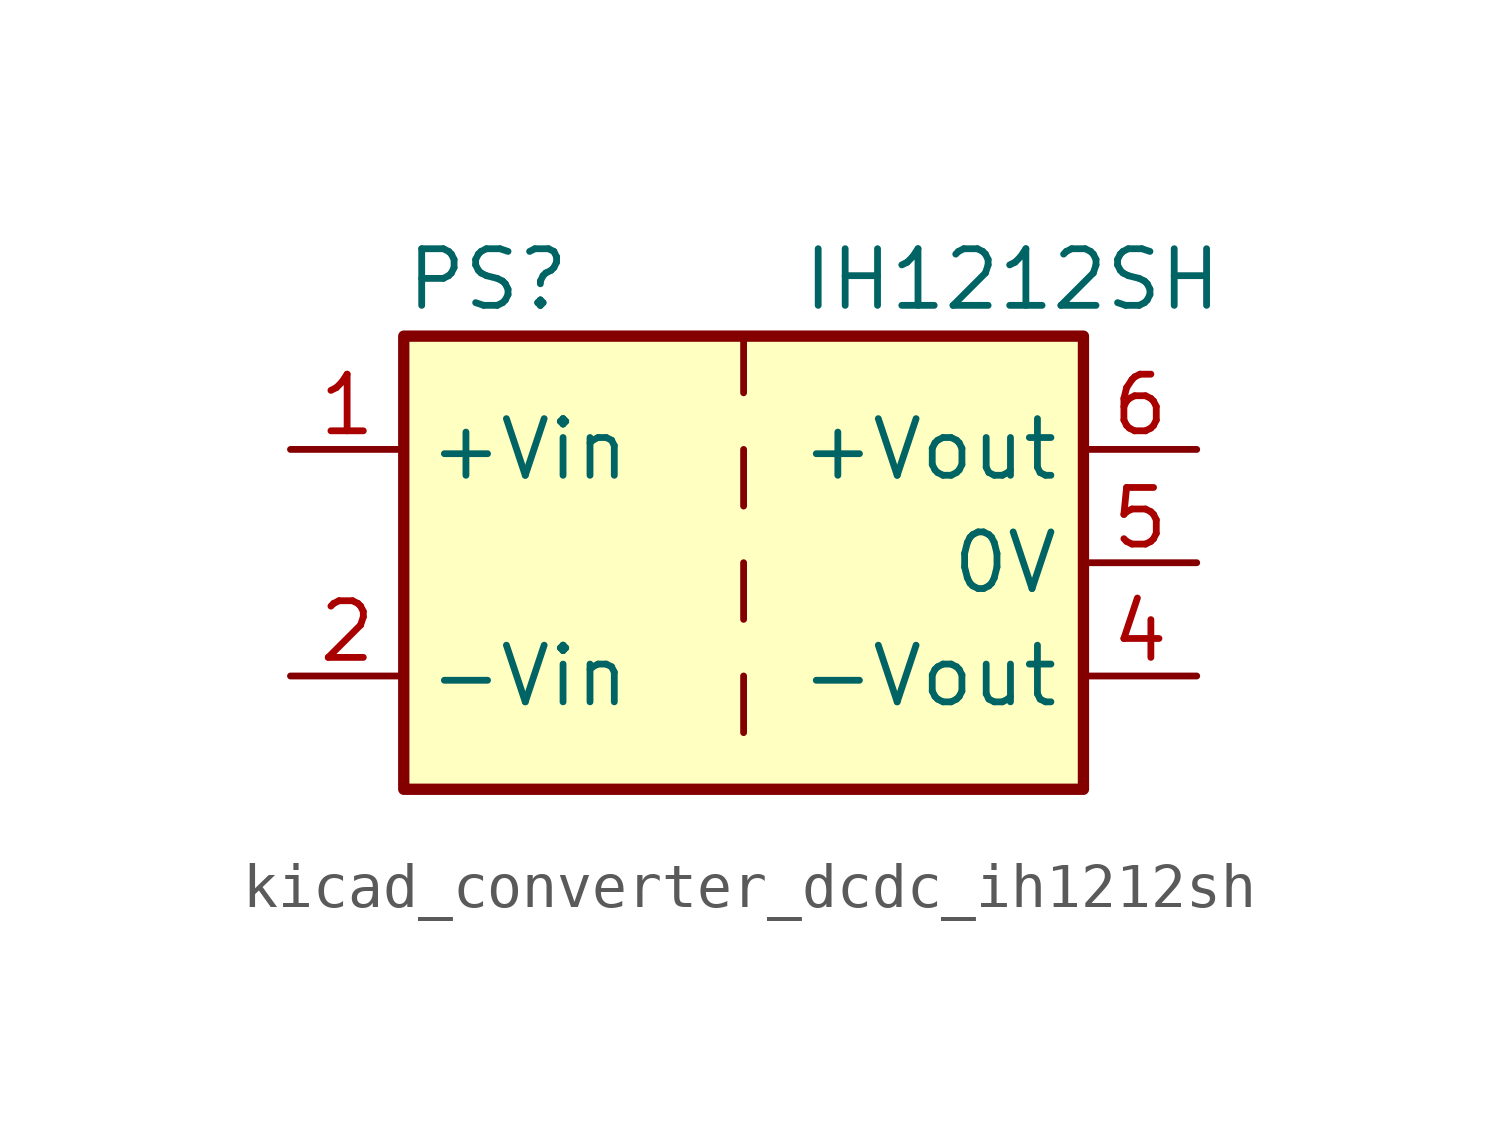
<source format=kicad_sym>
(kicad_symbol_lib
  (version 20220914)
  (generator kicad_symbol_editor)
  (symbol "kicad_converter_dcdc_ih1212sh"
    (property "Reference" "PS"
      (at -7.62 6.35 0)
      (effects (font (size 1.27 1.27)) (justify left)))
    (property "Value" "IH1212SH"
      (at 1.27 6.35 0)
      (effects (font (size 1.27 1.27)) (justify left)))
    (symbol "kicad_converter_dcdc_ih1212sh_0_0"
      (pin power_in line (at -10.16 2.54 0) (length 2.54) (name "+Vin" (effects (font (size 1.27 1.27)))) (number "1" (effects (font (size 1.27 1.27)))))
      (pin power_in line (at -10.16 -2.54 0) (length 2.54) (name "-Vin" (effects (font (size 1.27 1.27)))) (number "2" (effects (font (size 1.27 1.27)))))
      (pin power_out line (at 10.16 -2.54 180) (length 2.54) (name "-Vout" (effects (font (size 1.27 1.27)))) (number "4" (effects (font (size 1.27 1.27)))))
      (pin power_out line (at 10.16 0 180) (length 2.54) (name "0V" (effects (font (size 1.27 1.27)))) (number "5" (effects (font (size 1.27 1.27)))))
      (pin power_out line (at 10.16 2.54 180) (length 2.54) (name "+Vout" (effects (font (size 1.27 1.27)))) (number "6" (effects (font (size 1.27 1.27))))))
    (symbol "kicad_converter_dcdc_ih1212sh_0_1"
      (rectangle (start -7.62 5.08) (end 7.62 -5.08) (stroke (width 0.254) (type default)) (fill (type background)))
      (polyline (pts (xy 0 -2.54) (xy 0 -3.81)) (stroke (width 0) (type default)) (fill (type none)))
      (polyline (pts (xy 0 0) (xy 0 -1.27)) (stroke (width 0) (type default)) (fill (type none)))
      (polyline (pts (xy 0 2.54) (xy 0 1.27)) (stroke (width 0) (type default)) (fill (type none)))
      (polyline (pts (xy 0 5.08) (xy 0 3.81)) (stroke (width 0) (type default)) (fill (type none))))))
</source>
